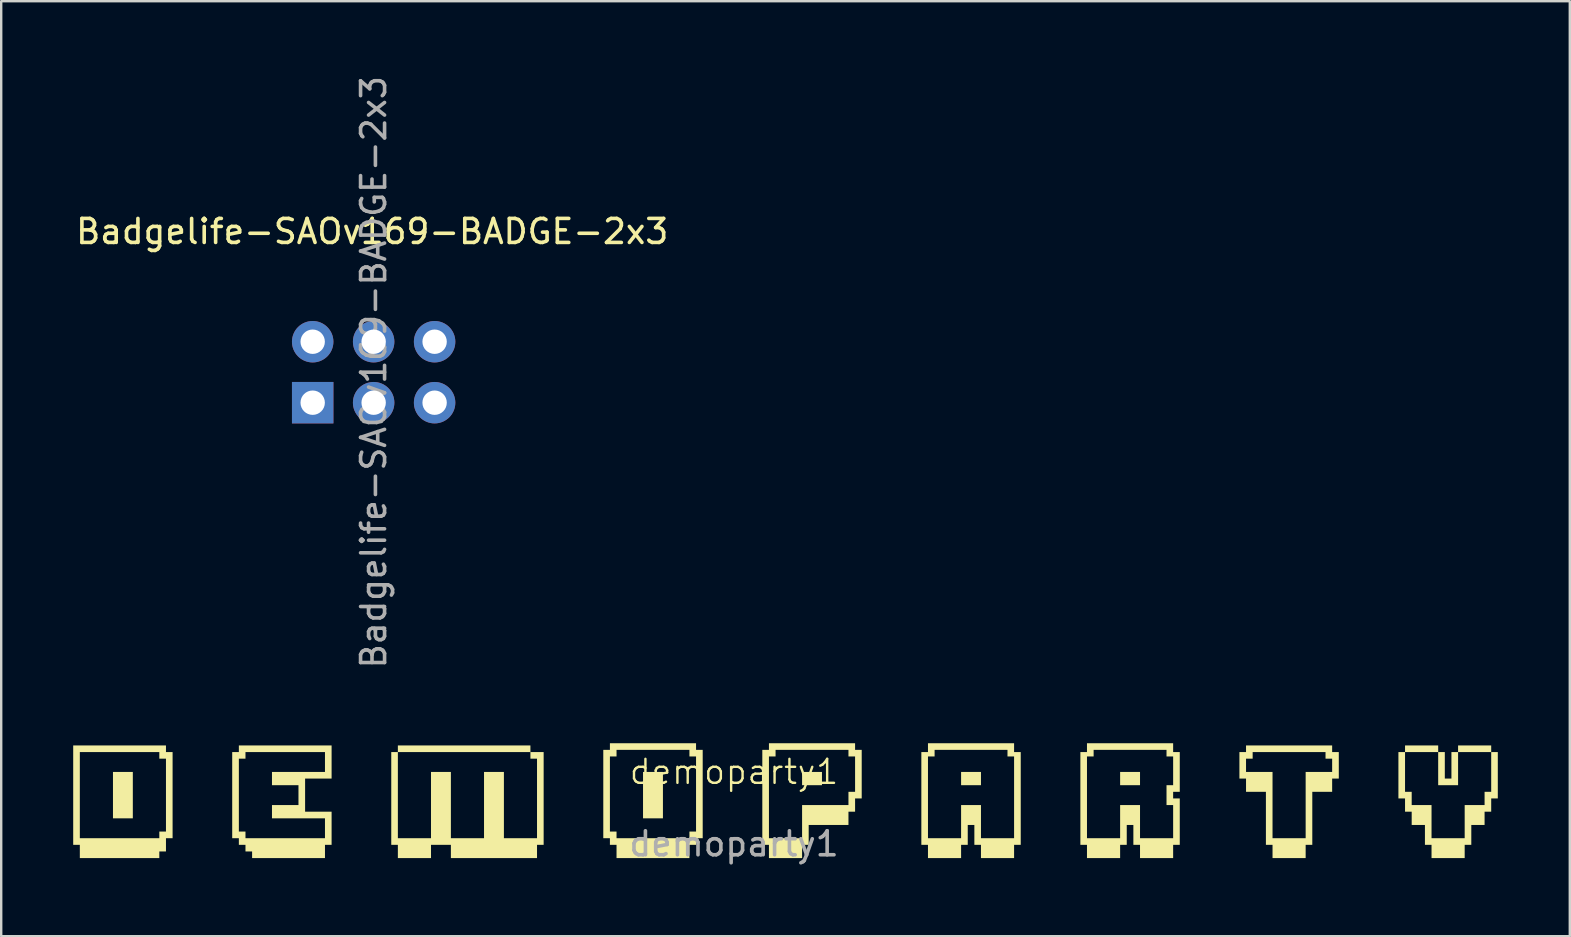
<source format=kicad_pcb>
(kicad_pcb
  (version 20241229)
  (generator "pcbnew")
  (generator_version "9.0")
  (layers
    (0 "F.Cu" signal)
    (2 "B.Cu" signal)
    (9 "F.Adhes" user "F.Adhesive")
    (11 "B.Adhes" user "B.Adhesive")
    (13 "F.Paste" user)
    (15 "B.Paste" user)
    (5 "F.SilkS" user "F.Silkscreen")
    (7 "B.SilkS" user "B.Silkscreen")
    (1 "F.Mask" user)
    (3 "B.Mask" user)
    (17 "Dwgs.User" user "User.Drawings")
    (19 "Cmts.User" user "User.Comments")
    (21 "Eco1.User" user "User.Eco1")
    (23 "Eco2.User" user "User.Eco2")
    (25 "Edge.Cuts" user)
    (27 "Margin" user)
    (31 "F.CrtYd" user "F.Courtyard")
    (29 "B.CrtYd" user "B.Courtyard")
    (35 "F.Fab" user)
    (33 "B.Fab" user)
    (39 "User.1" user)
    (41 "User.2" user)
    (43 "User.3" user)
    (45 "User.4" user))
  (footprint "Badgelife-SAOv169-BADGE-2x3"
    (layer "F.Cu")
    (at 12.458 12.438)
    (property "Reference" "Badgelife-SAOv169-BADGE-2x3" (at 0 -5.842 0) (layer "F.SilkS") (effects (font (size 1 1) (thickness 0.15))))
    (attr through_hole)
    (fp_line (start -6.731 3.683) (end -6.731 -3.429) (stroke (width 0.5) (type solid)) (layer "User.1"))
    (fp_line (start -6.604 -3.429) (end 6.604 -3.429) (stroke (width 0.5) (type solid)) (layer "User.1"))
    (fp_line (start -2.159 -4.064) (end 2.159 -4.064) (stroke (width 0.5) (type solid)) (layer "User.1"))
    (fp_line (start -2.159 -3.556) (end -2.159 -4.064) (stroke (width 0.5) (type solid)) (layer "User.1"))
    (fp_line (start 2.159 -4.064) (end 2.159 -3.556) (stroke (width 0.5) (type solid)) (layer "User.1"))
    (fp_line (start 2.159 -3.683) (end -2.159 -3.683) (stroke (width 0.5) (type solid)) (layer "User.1"))
    (fp_line (start 6.604 -3.429) (end 6.604 3.683) (stroke (width 0.5) (type solid)) (layer "User.1"))
    (fp_line (start 6.604 3.683) (end -6.731 3.683) (stroke (width 0.5) (type solid)) (layer "User.1"))
    (fp_text user "${REFERENCE}" (at 0.06 0.02 270) (layer "F.Fab") (effects (font (size 1 1) (thickness 0.15))))
    (pad "1" thru_hole oval (at -2.48 -1.25 270) (size 1.727 1.727) (drill 1.016) (layers "*.Cu" "*.Mask"))
    (pad "2" thru_hole rect (at -2.48 1.29 270) (size 1.727 1.727) (drill 1.016) (layers "*.Cu" "*.Mask"))
    (pad "3" thru_hole oval (at 0.06 -1.25 270) (size 1.727 1.727) (drill 1.016) (layers "*.Cu" "*.Mask"))
    (pad "4" thru_hole oval (at 0.06 1.29 270) (size 1.727 1.727) (drill 1.016) (layers "*.Cu" "*.Mask"))
    (pad "5" thru_hole circle (at 2.6 -1.25 270) (size 1.727 1.727) (drill 1.016) (layers "*.Cu" "*.Mask"))
    (pad "6" thru_hole circle (at 2.6 1.29 270) (size 1.727 1.727) (drill 1.016) (layers "*.Cu" "*.Mask")))
  (footprint "demoparty1"
    (layer "F.Cu")
    (at 25.232 32.209)
    (property "Reference" "demoparty1" (at 2.3 -3.1 0) (unlocked yes) (layer "F.SilkS") (effects (font (size 1 1) (thickness 0.1))))
    (attr smd)
    (fp_poly (pts (xy -22.748 -2.13) (xy -22.748 -1.163) (xy -23.162 -1.163) (xy -23.575 -1.163) (xy -23.575 -2.13) (xy -23.575 -3.096) (xy -23.162 -3.096) (xy -22.748 -3.096)) (stroke (width 0) (type solid)) (fill yes) (layer "F.SilkS"))
    (fp_poly (pts (xy -0.661 -2.13) (xy -0.661 -1.163) (xy -1.075 -1.163) (xy -1.49 -1.163) (xy -1.49 -2.13) (xy -1.49 -3.096) (xy -1.075 -3.096) (xy -0.661 -3.096)) (stroke (width 0) (type solid)) (fill yes) (layer "F.SilkS"))
    (fp_poly (pts (xy 5.965 -2.82) (xy 5.965 -2.544) (xy 5.551 -2.544) (xy 5.137 -2.544) (xy 5.137 -2.82) (xy 5.137 -3.096) (xy 5.551 -3.096) (xy 5.965 -3.096)) (stroke (width 0) (type solid)) (fill yes) (layer "F.SilkS"))
    (fp_poly (pts (xy 12.59 -2.82) (xy 12.59 -2.544) (xy 12.176 -2.544) (xy 11.762 -2.544) (xy 11.762 -2.82) (xy 11.762 -3.096) (xy 12.176 -3.096) (xy 12.59 -3.096)) (stroke (width 0) (type solid)) (fill yes) (layer "F.SilkS"))
    (fp_poly (pts (xy 19.217 -2.82) (xy 19.217 -2.544) (xy 18.802 -2.544) (xy 18.388 -2.544) (xy 18.388 -2.82) (xy 18.388 -3.096) (xy 18.802 -3.096) (xy 19.217 -3.096)) (stroke (width 0) (type solid)) (fill yes) (layer "F.SilkS"))
    (fp_poly (pts (xy 33.849 -4.062) (xy 33.849 -3.924) (xy 33.159 -3.924) (xy 32.469 -3.924) (xy 32.469 -3.234) (xy 32.469 -2.544) (xy 32.054 -2.544) (xy 31.64 -2.544) (xy 31.64 -3.234) (xy 31.64 -3.924) (xy 31.778 -3.924) (xy 31.916 -3.924) (xy 31.916 -3.372) (xy 31.916 -2.82) (xy 32.054 -2.82) (xy 32.192 -2.82) (xy 32.192 -3.372) (xy 32.192 -3.924) (xy 32.33 -3.924) (xy 32.469 -3.924) (xy 32.469 -4.062) (xy 32.469 -4.2) (xy 33.159 -4.2) (xy 33.849 -4.2)) (stroke (width 0) (type solid)) (fill yes) (layer "F.SilkS"))
    (fp_poly (pts (xy -21.367 -4.062) (xy -21.367 -3.924) (xy -21.229 -3.924) (xy -21.091 -3.924) (xy -21.091 -2.13) (xy -21.091 -0.335) (xy -21.229 -0.335) (xy -21.367 -0.335) (xy -21.367 -0.059) (xy -21.367 0.217) (xy -21.505 0.217) (xy -21.644 0.217) (xy -21.644 0.355) (xy -21.644 0.493) (xy -23.3 0.493) (xy -24.956 0.493) (xy -24.956 0.217) (xy -24.956 -0.059) (xy -25.094 -0.059) (xy -25.232 -0.059) (xy -25.232 -2.13) (xy -25.232 -3.924) (xy -24.956 -3.924) (xy -24.956 -2.13) (xy -24.956 -0.335) (xy -23.3 -0.335) (xy -21.644 -0.335) (xy -21.644 -0.474) (xy -21.644 -0.612) (xy -21.505 -0.612) (xy -21.367 -0.612) (xy -21.367 -2.13) (xy -21.367 -3.649) (xy -21.505 -3.649) (xy -21.644 -3.649) (xy -21.644 -3.786) (xy -21.644 -3.924) (xy -23.3 -3.924) (xy -24.956 -3.924) (xy -25.232 -3.924) (xy -25.232 -4.2) (xy -23.3 -4.2) (xy -21.367 -4.2)) (stroke (width 0) (type solid)) (fill yes) (layer "F.SilkS"))
    (fp_poly (pts (xy 0.719 -4.154) (xy 0.719 -4.016) (xy 0.858 -4.016) (xy 0.996 -4.016) (xy 0.996 -2.176) (xy 0.996 -0.335) (xy 0.858 -0.335) (xy 0.719 -0.335) (xy 0.719 -0.197) (xy 0.719 -0.059) (xy 0.581 -0.059) (xy 0.443 -0.059) (xy 0.443 0.217) (xy 0.443 0.493) (xy -1.075 0.493) (xy -2.594 0.493) (xy -2.594 0.217) (xy -2.594 -0.059) (xy -2.732 -0.059) (xy -2.87 -0.059) (xy -2.87 -0.197) (xy -2.87 -0.335) (xy -3.008 -0.335) (xy -3.146 -0.335) (xy -3.146 -0.612) (xy -2.87 -0.612) (xy -2.732 -0.612) (xy -2.594 -0.612) (xy -2.594 -0.474) (xy -2.594 -0.335) (xy -1.075 -0.335) (xy 0.443 -0.335) (xy 0.443 -0.474) (xy 0.443 -0.612) (xy 0.581 -0.612) (xy 0.719 -0.612) (xy 0.719 -2.176) (xy 0.719 -3.741) (xy 0.581 -3.741) (xy 0.443 -3.741) (xy 0.443 -3.878) (xy 0.443 -4.016) (xy -1.075 -4.016) (xy -2.594 -4.016) (xy -2.594 -3.878) (xy -2.594 -3.741) (xy -2.732 -3.741) (xy -2.87 -3.741) (xy -2.87 -2.176) (xy -2.87 -0.612) (xy -3.146 -0.612) (xy -3.146 -2.176) (xy -3.146 -4.016) (xy -3.008 -4.016) (xy -2.87 -4.016) (xy -2.87 -4.154) (xy -2.87 -4.292) (xy -1.075 -4.292) (xy 0.719 -4.292)) (stroke (width 0) (type solid)) (fill yes) (layer "F.SilkS"))
    (fp_poly (pts (xy -6.182 -4.062) (xy -6.182 -3.924) (xy -8.944 -3.924) (xy -11.705 -3.924) (xy -11.705 -2.13) (xy -11.705 -0.335) (xy -11.015 -0.335) (xy -10.324 -0.335) (xy -10.324 -1.716) (xy -10.324 -3.096) (xy -9.91 -3.096) (xy -9.496 -3.096) (xy -9.496 -1.716) (xy -9.496 -0.335) (xy -8.805 -0.335) (xy -8.115 -0.335) (xy -8.115 -1.716) (xy -8.115 -3.096) (xy -7.701 -3.096) (xy -7.287 -3.096) (xy -7.287 -1.716) (xy -7.287 -0.335) (xy -6.597 -0.335) (xy -5.907 -0.335) (xy -5.907 -1.992) (xy -5.907 -3.649) (xy -6.045 -3.649) (xy -6.182 -3.649) (xy -6.182 -3.786) (xy -6.182 -3.924) (xy -5.907 -3.924) (xy -5.631 -3.924) (xy -5.631 -1.992) (xy -5.631 -0.059) (xy -5.769 -0.059) (xy -5.907 -0.059) (xy -5.907 0.217) (xy -5.907 0.493) (xy -7.701 0.493) (xy -9.496 0.493) (xy -9.496 0.217) (xy -9.496 -0.059) (xy -9.91 -0.059) (xy -10.324 -0.059) (xy -10.324 0.217) (xy -10.324 0.493) (xy -11.015 0.493) (xy -11.705 0.493) (xy -11.705 0.217) (xy -11.705 -0.059) (xy -11.842 -0.059) (xy -11.98 -0.059) (xy -11.98 -1.992) (xy -11.98 -3.924) (xy -11.842 -3.924) (xy -11.705 -3.924) (xy -11.705 -4.062) (xy -11.705 -4.2) (xy -8.944 -4.2) (xy -6.182 -4.2)) (stroke (width 0) (type solid)) (fill yes) (layer "F.SilkS"))
    (fp_poly (pts (xy 7.345 -4.154) (xy 7.345 -4.016) (xy 7.483 -4.016) (xy 7.621 -4.016) (xy 7.621 -3.004) (xy 7.621 -1.992) (xy 7.483 -1.992) (xy 7.345 -1.992) (xy 7.345 -1.716) (xy 7.345 -1.44) (xy 7.207 -1.44) (xy 7.069 -1.44) (xy 7.069 -1.163) (xy 7.069 -0.887) (xy 6.24 -0.887) (xy 5.412 -0.887) (xy 5.412 -0.473) (xy 5.412 -0.059) (xy 5.274 -0.059) (xy 5.137 -0.059) (xy 5.137 0.217) (xy 5.137 0.493) (xy 4.447 0.493) (xy 3.756 0.493) (xy 3.756 0.217) (xy 3.756 -0.059) (xy 3.618 -0.059) (xy 3.48 -0.059) (xy 3.48 -0.335) (xy 3.756 -0.335) (xy 4.447 -0.335) (xy 5.137 -0.335) (xy 5.137 -1.026) (xy 5.137 -1.716) (xy 6.103 -1.716) (xy 7.069 -1.716) (xy 7.069 -1.992) (xy 7.069 -2.268) (xy 7.207 -2.268) (xy 7.345 -2.268) (xy 7.345 -3.005) (xy 7.345 -3.741) (xy 7.207 -3.741) (xy 7.069 -3.741) (xy 7.069 -3.878) (xy 7.069 -4.016) (xy 5.55 -4.016) (xy 4.032 -4.016) (xy 4.032 -3.878) (xy 4.032 -3.741) (xy 3.894 -3.741) (xy 3.756 -3.741) (xy 3.756 -2.038) (xy 3.756 -0.335) (xy 3.48 -0.335) (xy 3.48 -2.038) (xy 3.48 -4.016) (xy 3.618 -4.016) (xy 3.756 -4.016) (xy 3.756 -4.154) (xy 3.756 -4.292) (xy 5.551 -4.292) (xy 7.345 -4.292)) (stroke (width 0) (type solid)) (fill yes) (layer "F.SilkS"))
    (fp_poly (pts (xy 13.97 -4.108) (xy 13.97 -3.924) (xy 14.109 -3.924) (xy 14.247 -3.924) (xy 14.247 -1.992) (xy 14.247 -0.059) (xy 14.109 -0.059) (xy 13.97 -0.059) (xy 13.97 0.217) (xy 13.97 0.493) (xy 13.28 0.493) (xy 12.59 0.493) (xy 12.59 0.217) (xy 12.59 -0.059) (xy 12.452 -0.059) (xy 12.315 -0.059) (xy 12.315 -0.473) (xy 12.315 -0.887) (xy 12.177 -0.887) (xy 12.039 -0.887) (xy 12.039 -0.473) (xy 12.039 -0.059) (xy 11.9 -0.059) (xy 11.762 -0.059) (xy 11.762 0.217) (xy 11.762 0.493) (xy 11.072 0.493) (xy 10.382 0.493) (xy 10.382 0.217) (xy 10.382 -0.059) (xy 10.244 -0.059) (xy 10.106 -0.059) (xy 10.106 -0.335) (xy 10.382 -0.335) (xy 11.072 -0.335) (xy 11.762 -0.335) (xy 11.762 -1.026) (xy 11.762 -1.716) (xy 12.176 -1.716) (xy 12.59 -1.716) (xy 12.59 -1.026) (xy 12.59 -0.335) (xy 13.28 -0.335) (xy 13.97 -0.335) (xy 13.97 -2.038) (xy 13.97 -3.741) (xy 13.833 -3.741) (xy 13.695 -3.741) (xy 13.695 -3.878) (xy 13.695 -4.016) (xy 12.177 -4.016) (xy 10.658 -4.016) (xy 10.658 -3.878) (xy 10.658 -3.741) (xy 10.52 -3.741) (xy 10.382 -3.741) (xy 10.382 -2.038) (xy 10.382 -0.335) (xy 10.106 -0.335) (xy 10.106 -1.992) (xy 10.106 -3.924) (xy 10.244 -3.924) (xy 10.382 -3.924) (xy 10.382 -4.108) (xy 10.382 -4.292) (xy 12.176 -4.292) (xy 13.97 -4.292)) (stroke (width 0) (type solid)) (fill yes) (layer "F.SilkS"))
    (fp_poly (pts (xy 27.222 -4.062) (xy 27.222 -3.924) (xy 27.361 -3.924) (xy 27.499 -3.924) (xy 27.499 -3.372) (xy 27.499 -2.82) (xy 27.361 -2.82) (xy 27.222 -2.82) (xy 27.222 -2.544) (xy 27.222 -2.268) (xy 26.809 -2.268) (xy 26.395 -2.268) (xy 26.395 -1.164) (xy 26.395 -0.059) (xy 26.256 -0.059) (xy 26.118 -0.059) (xy 26.118 0.217) (xy 26.118 0.493) (xy 25.428 0.493) (xy 24.738 0.493) (xy 24.738 0.217) (xy 24.738 -0.059) (xy 24.6 -0.059) (xy 24.462 -0.059) (xy 24.462 -1.164) (xy 24.462 -2.268) (xy 24.048 -2.268) (xy 23.634 -2.268) (xy 23.634 -2.544) (xy 23.634 -2.82) (xy 23.496 -2.82) (xy 23.358 -2.82) (xy 23.358 -3.096) (xy 23.634 -3.096) (xy 24.186 -3.096) (xy 24.738 -3.096) (xy 24.738 -1.716) (xy 24.738 -0.335) (xy 25.428 -0.335) (xy 26.118 -0.335) (xy 26.118 -1.716) (xy 26.118 -3.096) (xy 26.67 -3.096) (xy 27.222 -3.096) (xy 27.222 -3.372) (xy 27.222 -3.649) (xy 27.084 -3.649) (xy 26.946 -3.649) (xy 26.946 -3.786) (xy 26.946 -3.924) (xy 25.428 -3.924) (xy 23.91 -3.924) (xy 23.91 -3.786) (xy 23.91 -3.649) (xy 23.772 -3.649) (xy 23.634 -3.649) (xy 23.634 -3.372) (xy 23.634 -3.096) (xy 23.358 -3.096) (xy 23.358 -3.372) (xy 23.358 -3.924) (xy 23.496 -3.924) (xy 23.634 -3.924) (xy 23.634 -4.062) (xy 23.634 -4.2) (xy 25.428 -4.2) (xy 27.222 -4.2)) (stroke (width 0) (type solid)) (fill yes) (layer "F.SilkS"))
    (fp_poly (pts (xy -14.466 -3.51) (xy -14.466 -2.82) (xy -15.018 -2.82) (xy -15.57 -2.82) (xy -15.57 -2.13) (xy -15.57 -1.44) (xy -15.018 -1.44) (xy -14.466 -1.44) (xy -14.466 -0.749) (xy -14.466 -0.059) (xy -14.604 -0.059) (xy -14.742 -0.059) (xy -14.742 0.217) (xy -14.742 0.493) (xy -16.26 0.493) (xy -17.778 0.493) (xy -17.778 0.355) (xy -17.778 0.217) (xy -17.916 0.217) (xy -18.054 0.217) (xy -18.054 0.079) (xy -18.054 -0.059) (xy -18.192 -0.059) (xy -18.33 -0.059) (xy -18.33 -0.197) (xy -18.33 -0.335) (xy -18.468 -0.335) (xy -18.607 -0.335) (xy -18.607 -0.612) (xy -18.33 -0.612) (xy -18.192 -0.612) (xy -18.054 -0.612) (xy -18.054 -0.474) (xy -18.054 -0.335) (xy -16.398 -0.335) (xy -14.742 -0.335) (xy -14.742 -0.749) (xy -14.742 -1.163) (xy -15.846 -1.163) (xy -16.95 -1.163) (xy -16.95 -1.44) (xy -16.95 -1.716) (xy -16.398 -1.716) (xy -15.846 -1.716) (xy -15.846 -2.13) (xy -15.846 -2.544) (xy -16.398 -2.544) (xy -16.95 -2.544) (xy -16.95 -2.82) (xy -16.95 -3.096) (xy -15.846 -3.096) (xy -14.742 -3.096) (xy -14.742 -3.51) (xy -14.742 -3.924) (xy -16.398 -3.924) (xy -18.054 -3.924) (xy -18.054 -3.786) (xy -18.054 -3.649) (xy -18.192 -3.649) (xy -18.33 -3.649) (xy -18.33 -2.13) (xy -18.33 -0.612) (xy -18.607 -0.612) (xy -18.607 -2.13) (xy -18.607 -3.924) (xy -18.468 -3.924) (xy -18.33 -3.924) (xy -18.33 -4.062) (xy -18.33 -4.2) (xy -16.398 -4.2) (xy -14.466 -4.2)) (stroke (width 0) (type solid)) (fill yes) (layer "F.SilkS"))
    (fp_poly (pts (xy 31.64 -4.062) (xy 31.64 -3.924) (xy 30.95 -3.924) (xy 30.259 -3.924) (xy 30.259 -3.096) (xy 30.259 -2.268) (xy 30.398 -2.268) (xy 30.536 -2.268) (xy 30.536 -1.992) (xy 30.536 -1.716) (xy 30.95 -1.716) (xy 31.363 -1.716) (xy 31.363 -1.026) (xy 31.363 -0.335) (xy 32.054 -0.335) (xy 32.744 -0.335) (xy 32.744 -1.026) (xy 32.744 -1.716) (xy 33.158 -1.716) (xy 33.573 -1.716) (xy 33.573 -1.992) (xy 33.573 -2.268) (xy 33.711 -2.268) (xy 33.849 -2.268) (xy 33.849 -3.096) (xy 33.849 -3.924) (xy 33.987 -3.924) (xy 34.124 -3.924) (xy 34.124 -2.958) (xy 34.124 -1.992) (xy 33.987 -1.992) (xy 33.849 -1.992) (xy 33.849 -1.716) (xy 33.849 -1.44) (xy 33.711 -1.44) (xy 33.573 -1.44) (xy 33.573 -1.163) (xy 33.573 -0.887) (xy 33.296 -0.887) (xy 33.02 -0.887) (xy 33.02 -0.473) (xy 33.02 -0.059) (xy 32.882 -0.059) (xy 32.744 -0.059) (xy 32.744 0.217) (xy 32.744 0.493) (xy 32.054 0.493) (xy 31.363 0.493) (xy 31.363 0.217) (xy 31.363 -0.059) (xy 31.226 -0.059) (xy 31.088 -0.059) (xy 31.088 -0.473) (xy 31.088 -0.887) (xy 30.812 -0.887) (xy 30.536 -0.887) (xy 30.536 -1.163) (xy 30.536 -1.44) (xy 30.398 -1.44) (xy 30.259 -1.44) (xy 30.259 -1.716) (xy 30.259 -1.992) (xy 30.121 -1.992) (xy 29.983 -1.992) (xy 29.983 -2.958) (xy 29.983 -3.924) (xy 30.121 -3.924) (xy 30.259 -3.924) (xy 30.259 -4.062) (xy 30.259 -4.2) (xy 30.95 -4.2) (xy 31.64 -4.2)) (stroke (width 0) (type solid)) (fill yes) (layer "F.SilkS"))
    (fp_poly (pts (xy 20.597 -4.108) (xy 20.597 -3.924) (xy 20.735 -3.924) (xy 20.873 -3.924) (xy 20.873 -3.096) (xy 20.873 -2.268) (xy 20.735 -2.268) (xy 20.597 -2.268) (xy 20.597 -2.13) (xy 20.597 -1.992) (xy 20.735 -1.992) (xy 20.873 -1.992) (xy 20.873 -1.026) (xy 20.873 -0.059) (xy 20.735 -0.059) (xy 20.597 -0.059) (xy 20.597 0.217) (xy 20.597 0.493) (xy 19.907 0.493) (xy 19.217 0.493) (xy 19.217 0.217) (xy 19.217 -0.059) (xy 19.078 -0.059) (xy 18.94 -0.059) (xy 18.94 -0.473) (xy 18.94 -0.887) (xy 18.802 -0.887) (xy 18.664 -0.887) (xy 18.664 -0.473) (xy 18.664 -0.059) (xy 18.526 -0.059) (xy 18.388 -0.059) (xy 18.388 0.217) (xy 18.388 0.493) (xy 17.698 0.493) (xy 17.007 0.493) (xy 17.007 0.217) (xy 17.007 -0.059) (xy 16.87 -0.059) (xy 16.732 -0.059) (xy 16.732 -0.335) (xy 17.007 -0.335) (xy 17.698 -0.335) (xy 18.388 -0.335) (xy 18.388 -1.026) (xy 18.388 -1.716) (xy 18.802 -1.716) (xy 19.217 -1.716) (xy 19.217 -1.026) (xy 19.217 -0.335) (xy 19.907 -0.335) (xy 20.597 -0.335) (xy 20.597 -1.026) (xy 20.597 -1.716) (xy 20.459 -1.716) (xy 20.321 -1.716) (xy 20.321 -2.13) (xy 20.321 -2.544) (xy 20.459 -2.544) (xy 20.597 -2.544) (xy 20.597 -3.142) (xy 20.597 -3.741) (xy 20.459 -3.741) (xy 20.321 -3.741) (xy 20.321 -3.878) (xy 20.321 -4.016) (xy 18.802 -4.016) (xy 17.284 -4.016) (xy 17.284 -3.878) (xy 17.284 -3.741) (xy 17.146 -3.741) (xy 17.007 -3.741) (xy 17.007 -2.038) (xy 17.007 -0.335) (xy 16.732 -0.335) (xy 16.732 -1.992) (xy 16.732 -3.924) (xy 16.87 -3.924) (xy 17.007 -3.924) (xy 17.007 -4.108) (xy 17.007 -4.292) (xy 18.802 -4.292) (xy 20.597 -4.292)) (stroke (width 0) (type solid)) (fill yes) (layer "F.SilkS"))
    (fp_text user "${REFERENCE}" (at 2.3 -0.1 0) (unlocked yes) (layer "F.Fab") (effects (font (size 1 1) (thickness 0.15)))))
  (gr_rect
    (start -3 -3)
    (end 62.356 35.957)
    (stroke (width 0.1) (type default))
    (fill no)
    (layer "Edge.Cuts")))
</source>
